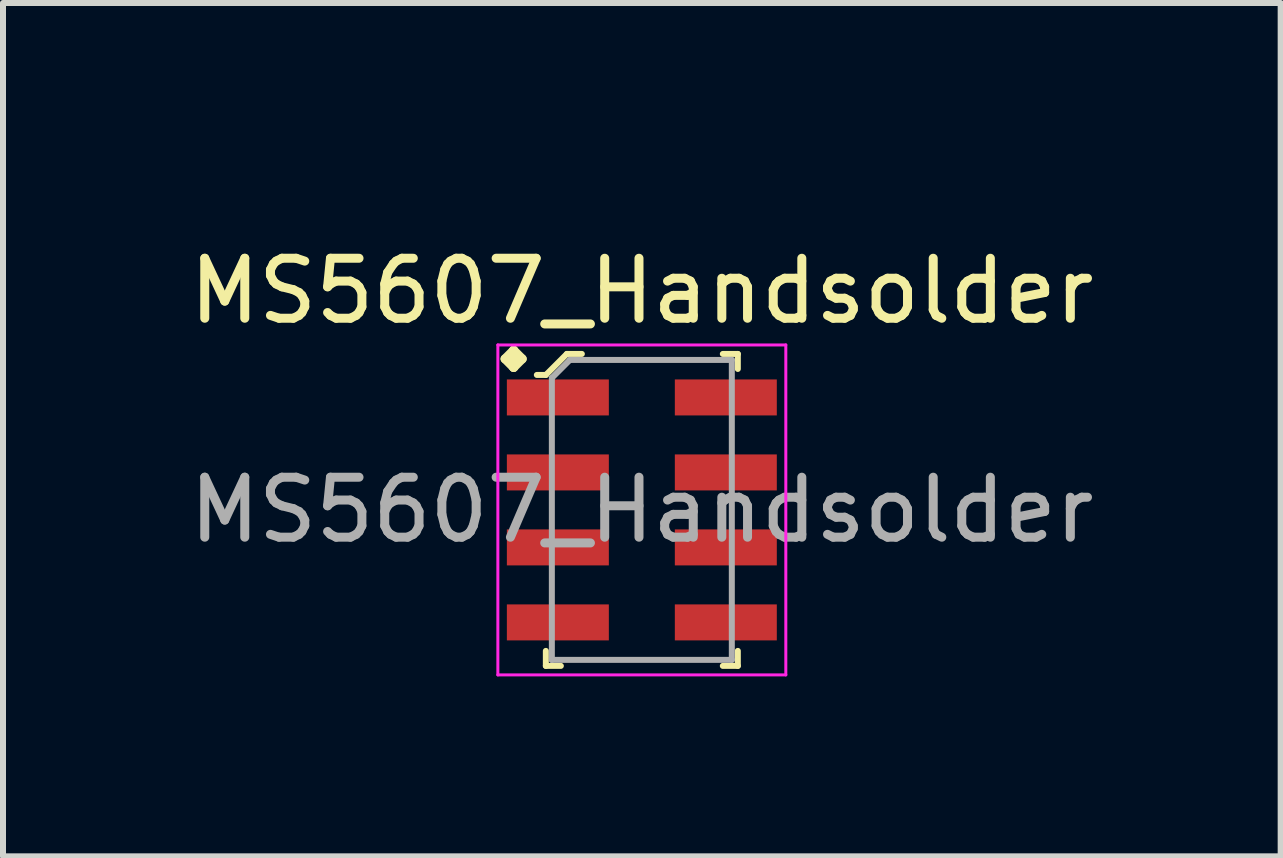
<source format=kicad_pcb>
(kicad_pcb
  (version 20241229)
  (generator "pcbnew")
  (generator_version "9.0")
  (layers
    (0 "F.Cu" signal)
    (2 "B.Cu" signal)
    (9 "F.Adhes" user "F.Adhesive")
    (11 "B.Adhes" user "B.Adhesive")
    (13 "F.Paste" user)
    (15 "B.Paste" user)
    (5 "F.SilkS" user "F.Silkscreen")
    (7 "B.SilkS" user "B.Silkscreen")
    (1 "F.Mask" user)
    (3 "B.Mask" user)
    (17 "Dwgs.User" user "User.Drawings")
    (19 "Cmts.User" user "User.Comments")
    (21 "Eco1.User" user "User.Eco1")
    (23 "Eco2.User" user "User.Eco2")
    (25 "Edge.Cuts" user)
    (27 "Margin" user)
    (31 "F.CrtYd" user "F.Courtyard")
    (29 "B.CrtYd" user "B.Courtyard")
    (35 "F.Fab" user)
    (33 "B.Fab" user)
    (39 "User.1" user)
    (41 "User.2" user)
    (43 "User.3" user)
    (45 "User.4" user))
  (footprint "MS5607_Handsolder"
    (layer "F.Cu")
    (at 7.649 5.45)
    (property "Reference" "MS5607_Handsolder" (at 0 -3.65 0) (layer "F.SilkS") (effects (font (size 1 1) (thickness 0.15))))
    (attr smd)
    (fp_line (start -1.75 -2.25) (end -1.6 -2.25) (stroke (width 0.1) (type solid)) (layer "F.SilkS"))
    (fp_line (start -1.6 -2.25) (end -1.25 -2.6) (stroke (width 0.1) (type solid)) (layer "F.SilkS"))
    (fp_line (start -1.6 2.6) (end -1.6 2.35) (stroke (width 0.1) (type solid)) (layer "F.SilkS"))
    (fp_line (start -1.6 2.6) (end -1.35 2.6) (stroke (width 0.1) (type solid)) (layer "F.SilkS"))
    (fp_line (start -1.25 -2.6) (end -1 -2.6) (stroke (width 0.1) (type solid)) (layer "F.SilkS"))
    (fp_line (start 1.6 -2.6) (end 1.35 -2.6) (stroke (width 0.1) (type solid)) (layer "F.SilkS"))
    (fp_line (start 1.6 -2.6) (end 1.6 -2.35) (stroke (width 0.1) (type solid)) (layer "F.SilkS"))
    (fp_line (start 1.6 2.6) (end 1.35 2.6) (stroke (width 0.1) (type solid)) (layer "F.SilkS"))
    (fp_line (start 1.6 2.6) (end 1.6 2.35) (stroke (width 0.1) (type solid)) (layer "F.SilkS"))
    (fp_line (start -2.4 -2.75) (end -2.4 2.75) (stroke (width 0.05) (type solid)) (layer "F.CrtYd"))
    (fp_line (start 2.4 -2.75) (end -2.4 -2.75) (stroke (width 0.05) (type solid)) (layer "F.CrtYd"))
    (fp_line (start 2.4 -2.75) (end 2.4 2.75) (stroke (width 0.05) (type solid)) (layer "F.CrtYd"))
    (fp_line (start 2.4 2.75) (end -2.4 2.75) (stroke (width 0.05) (type solid)) (layer "F.CrtYd"))
    (fp_line (start -1.5 -2.2) (end -1.5 2.5) (stroke (width 0.1) (type solid)) (layer "F.Fab"))
    (fp_line (start -1.5 -2.2) (end -1.2 -2.5) (stroke (width 0.1) (type solid)) (layer "F.Fab"))
    (fp_line (start -1.5 2.5) (end 1.5 2.5) (stroke (width 0.1) (type solid)) (layer "F.Fab"))
    (fp_line (start -1.2 -2.5) (end 1.5 -2.5) (stroke (width 0.1) (type solid)) (layer "F.Fab"))
    (fp_line (start 1.5 -2.5) (end 1.5 2.5) (stroke (width 0.1) (type solid)) (layer "F.Fab"))
    (fp_text user "." (at -2.95 -2 0) (unlocked yes) (layer "F.SilkS") (effects (font (size 3 3) (thickness 0.15)) (justify left bottom)))
    (fp_text user "${REFERENCE}" (at 0 0 0) (layer "F.Fab") (effects (font (size 1 1) (thickness 0.15))))
    (pad "1" smd rect (at -1.4 -1.875) (size 1.7 0.6) (layers "F.Cu" "F.Mask" "F.Paste"))
    (pad "2" smd rect (at -1.4 -0.625) (size 1.7 0.6) (layers "F.Cu" "F.Mask" "F.Paste"))
    (pad "3" smd rect (at -1.4 0.625) (size 1.7 0.6) (layers "F.Cu" "F.Mask" "F.Paste"))
    (pad "4" smd rect (at -1.4 1.875) (size 1.7 0.6) (layers "F.Cu" "F.Mask" "F.Paste"))
    (pad "5" smd rect (at 1.4 1.875) (size 1.7 0.6) (layers "F.Cu" "F.Mask" "F.Paste"))
    (pad "6" smd rect (at 1.4 0.625) (size 1.7 0.6) (layers "F.Cu" "F.Mask" "F.Paste"))
    (pad "7" smd rect (at 1.4 -0.625) (size 1.7 0.6) (layers "F.Cu" "F.Mask" "F.Paste"))
    (pad "8" smd rect (at 1.4 -1.875) (size 1.7 0.6) (layers "F.Cu" "F.Mask" "F.Paste")))
  (gr_rect
    (start -3 -3)
    (end 18.298 11.225)
    (stroke (width 0.1) (type default))
    (fill no)
    (layer "Edge.Cuts")))
</source>
